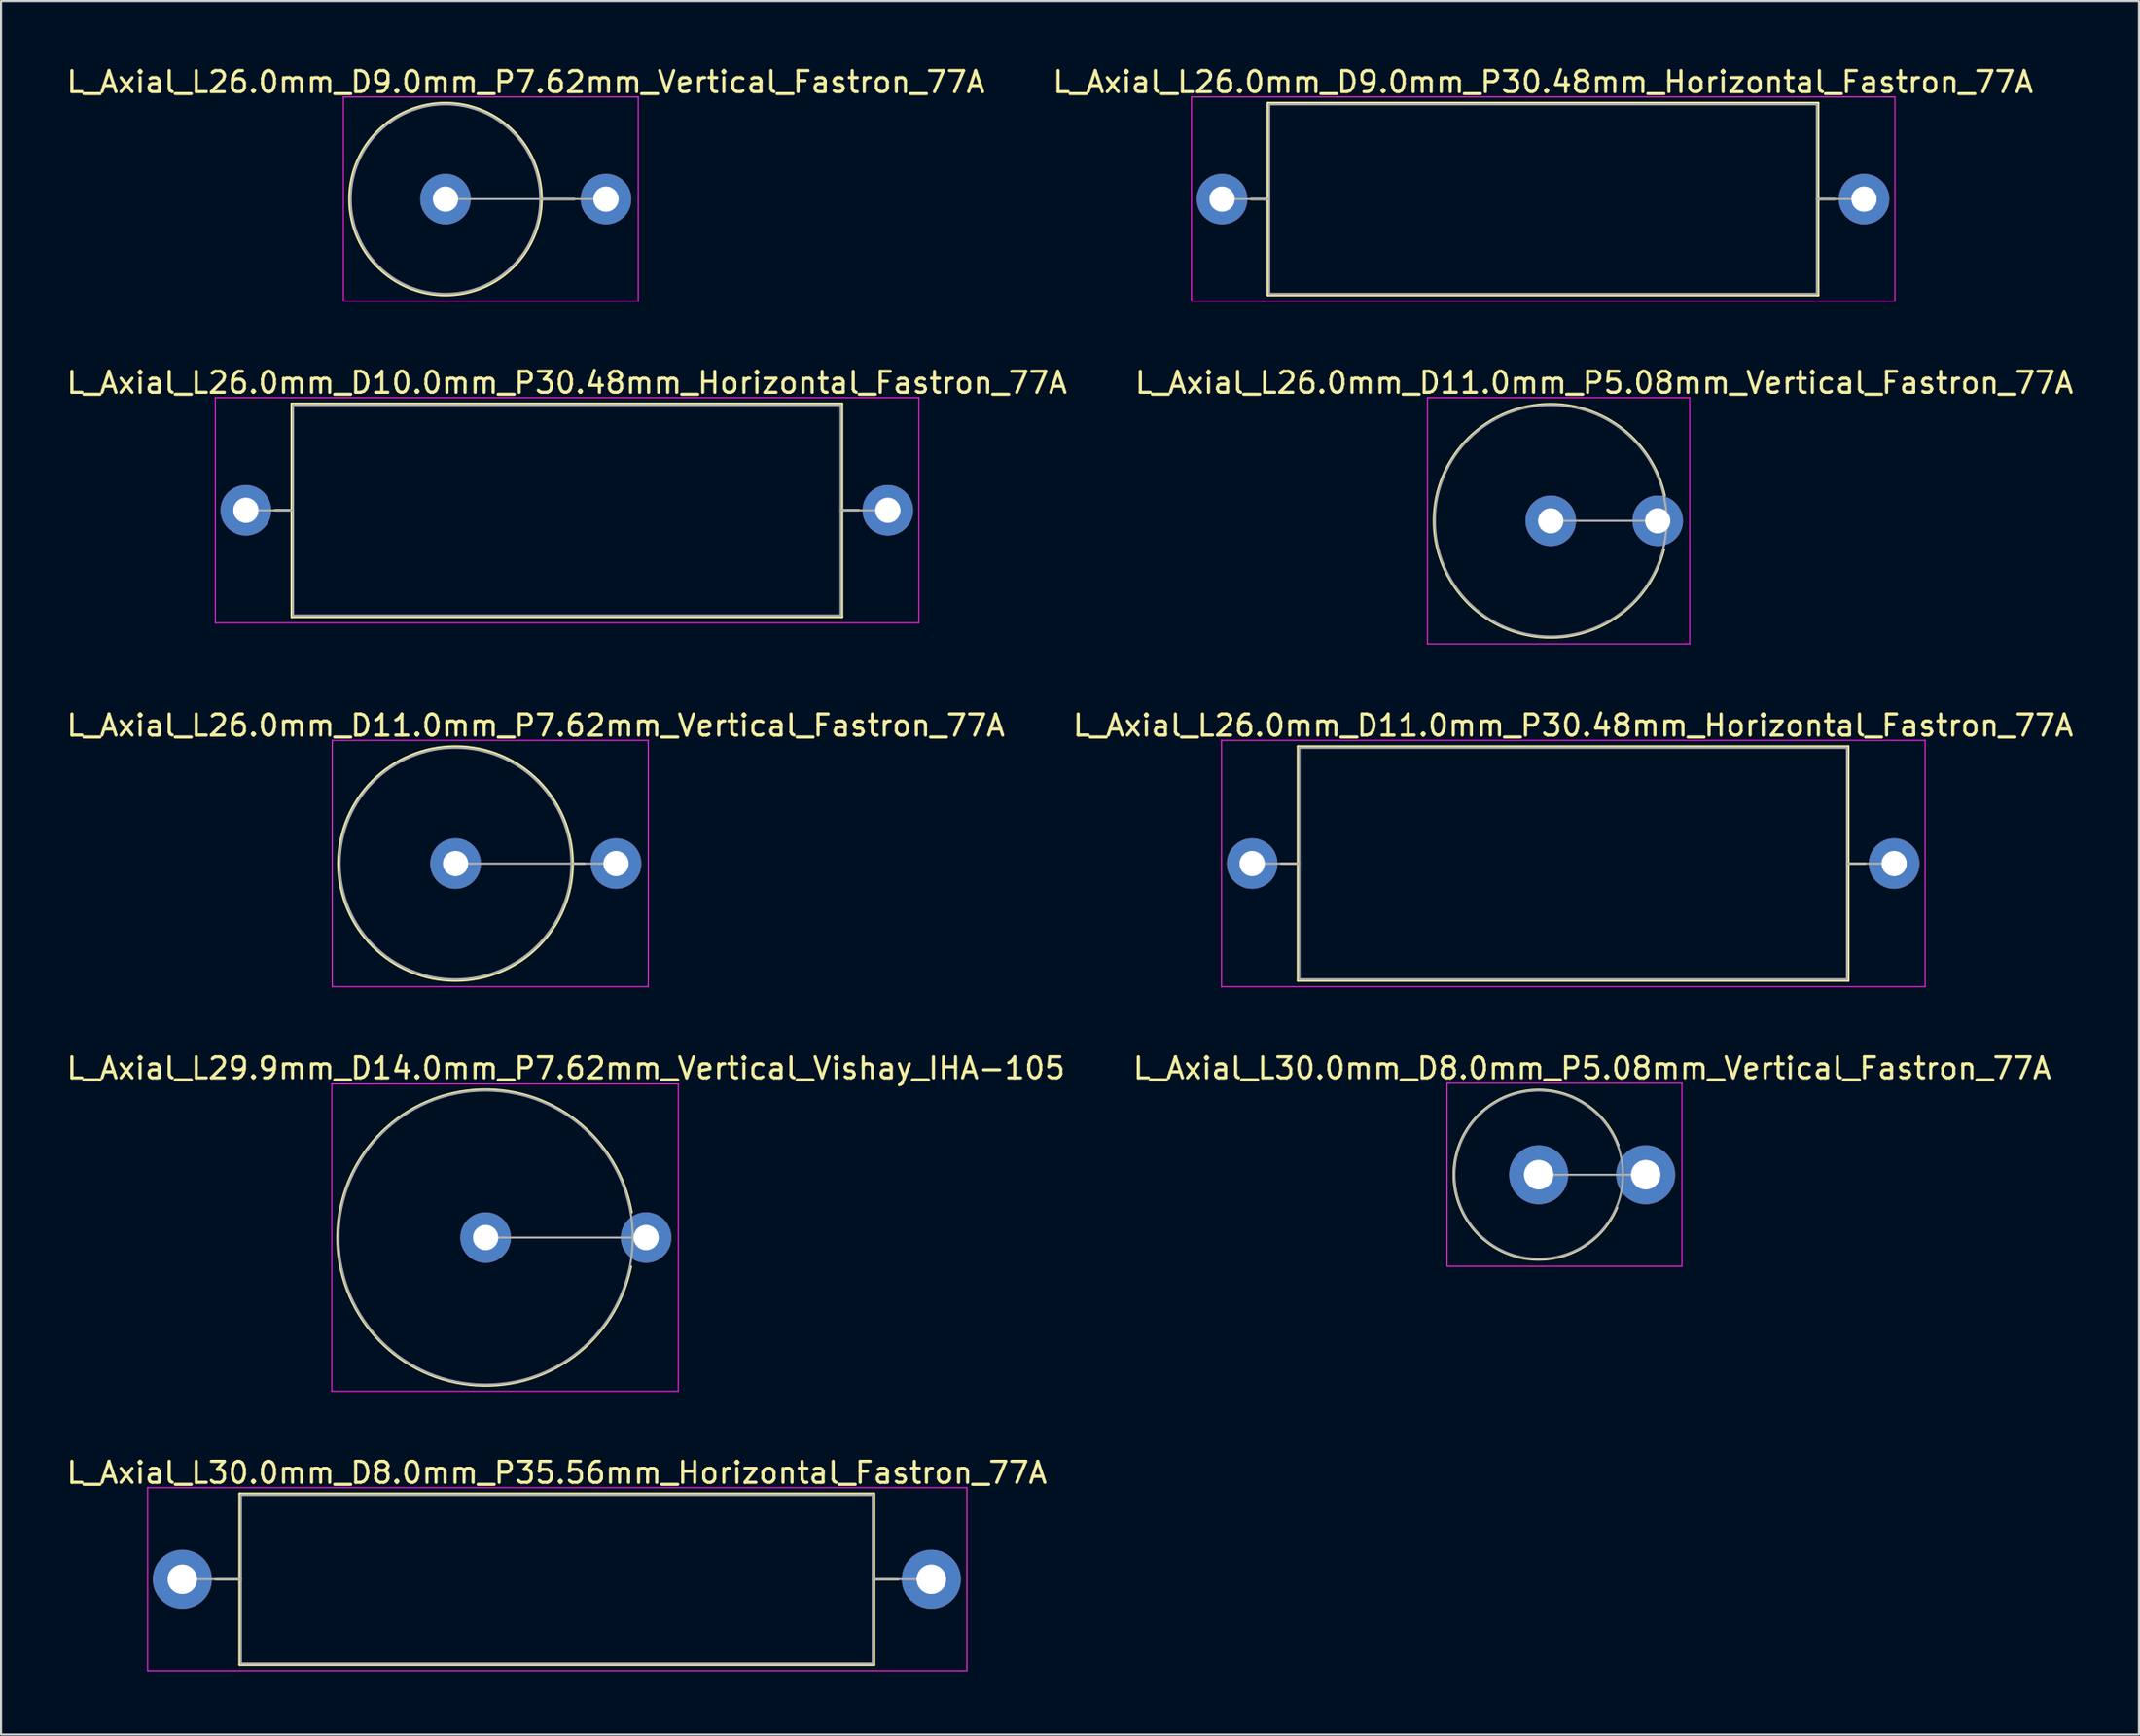
<source format=kicad_pcb>
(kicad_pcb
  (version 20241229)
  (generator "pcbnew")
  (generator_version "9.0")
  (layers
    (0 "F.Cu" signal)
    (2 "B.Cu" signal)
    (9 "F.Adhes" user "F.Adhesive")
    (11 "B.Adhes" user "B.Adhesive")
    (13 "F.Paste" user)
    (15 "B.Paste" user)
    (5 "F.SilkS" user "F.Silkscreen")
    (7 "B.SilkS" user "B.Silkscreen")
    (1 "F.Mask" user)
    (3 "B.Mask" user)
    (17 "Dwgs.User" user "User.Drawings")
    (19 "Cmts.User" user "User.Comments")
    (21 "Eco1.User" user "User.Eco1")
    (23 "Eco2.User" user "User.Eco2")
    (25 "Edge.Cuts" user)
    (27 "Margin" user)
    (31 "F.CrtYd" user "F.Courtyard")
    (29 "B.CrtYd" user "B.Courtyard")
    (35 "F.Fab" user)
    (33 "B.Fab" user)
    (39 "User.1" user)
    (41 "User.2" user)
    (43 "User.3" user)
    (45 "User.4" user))
  (footprint "L_Axial_L26.0mm_D10.0mm_P30.48mm_Horizontal_Fastron_77A"
    (layer "F.Cu")
    (at 8.623 21.192)
    (property "Reference" "L_Axial_L26.0mm_D10.0mm_P30.48mm_Horizontal_Fastron_77A" (at 15.24 -6.06 0) (layer "F.SilkS") (effects (font (size 1 1) (thickness 0.15))))
    (attr through_hole)
    (fp_line (start 1.38 0) (end 2.18 0) (stroke (width 0.12) (type solid)) (layer "F.SilkS"))
    (fp_line (start 2.18 -5.06) (end 2.18 5.06) (stroke (width 0.12) (type solid)) (layer "F.SilkS"))
    (fp_line (start 2.18 5.06) (end 28.3 5.06) (stroke (width 0.12) (type solid)) (layer "F.SilkS"))
    (fp_line (start 28.3 -5.06) (end 2.18 -5.06) (stroke (width 0.12) (type solid)) (layer "F.SilkS"))
    (fp_line (start 28.3 5.06) (end 28.3 -5.06) (stroke (width 0.12) (type solid)) (layer "F.SilkS"))
    (fp_line (start 29.1 0) (end 28.3 0) (stroke (width 0.12) (type solid)) (layer "F.SilkS"))
    (fp_line (start -1.45 -5.35) (end -1.45 5.35) (stroke (width 0.05) (type solid)) (layer "F.CrtYd"))
    (fp_line (start -1.45 5.35) (end 31.95 5.35) (stroke (width 0.05) (type solid)) (layer "F.CrtYd"))
    (fp_line (start 31.95 -5.35) (end -1.45 -5.35) (stroke (width 0.05) (type solid)) (layer "F.CrtYd"))
    (fp_line (start 31.95 5.35) (end 31.95 -5.35) (stroke (width 0.05) (type solid)) (layer "F.CrtYd"))
    (fp_line (start 0 0) (end 2.24 0) (stroke (width 0.1) (type solid)) (layer "F.Fab"))
    (fp_line (start 2.24 -5) (end 2.24 5) (stroke (width 0.1) (type solid)) (layer "F.Fab"))
    (fp_line (start 2.24 5) (end 28.24 5) (stroke (width 0.1) (type solid)) (layer "F.Fab"))
    (fp_line (start 28.24 -5) (end 2.24 -5) (stroke (width 0.1) (type solid)) (layer "F.Fab"))
    (fp_line (start 28.24 5) (end 28.24 -5) (stroke (width 0.1) (type solid)) (layer "F.Fab"))
    (fp_line (start 30.48 0) (end 28.24 0) (stroke (width 0.1) (type solid)) (layer "F.Fab"))
    (pad "1" thru_hole circle (at 0 0) (size 2.4 2.4) (drill 1.2) (layers "*.Cu" "*.Mask"))
    (pad "2" thru_hole oval (at 30.48 0) (size 2.4 2.4) (drill 1.2) (layers "*.Cu" "*.Mask")))
  (footprint "L_Axial_L26.0mm_D11.0mm_P5.08mm_Vertical_Fastron_77A"
    (layer "F.Cu")
    (at 70.573 21.692)
    (property "Reference" "L_Axial_L26.0mm_D11.0mm_P5.08mm_Vertical_Fastron_77A" (at 2.54 -6.56 0) (layer "F.SilkS") (effects (font (size 1 1) (thickness 0.15))))
    (attr through_hole)
    (fp_arc (start 5.368408 1.367369) (mid -5.539143 -0.086027) (end 5.408281 -1.2) (stroke (width 0.12) (type solid)) (layer "F.SilkS"))
    (fp_line (start -5.85 -5.85) (end -5.85 5.85) (stroke (width 0.05) (type solid)) (layer "F.CrtYd"))
    (fp_line (start -5.85 5.85) (end 6.6 5.85) (stroke (width 0.05) (type solid)) (layer "F.CrtYd"))
    (fp_line (start 6.6 -5.85) (end -5.85 -5.85) (stroke (width 0.05) (type solid)) (layer "F.CrtYd"))
    (fp_line (start 6.6 5.85) (end 6.6 -5.85) (stroke (width 0.05) (type solid)) (layer "F.CrtYd"))
    (fp_line (start 0 0) (end 5.08 0) (stroke (width 0.1) (type solid)) (layer "F.Fab"))
    (fp_circle (center 0 0) (end 5.5 0) (stroke (width 0.1) (type solid)) (fill no) (layer "F.Fab"))
    (pad "1" thru_hole circle (at 0 0) (size 2.4 2.4) (drill 1.2) (layers "*.Cu" "*.Mask"))
    (pad "2" thru_hole oval (at 5.08 0) (size 2.4 2.4) (drill 1.2) (layers "*.Cu" "*.Mask")))
  (footprint "L_Axial_L26.0mm_D11.0mm_P7.62mm_Vertical_Fastron_77A"
    (layer "F.Cu")
    (at 18.577 37.975)
    (property "Reference" "L_Axial_L26.0mm_D11.0mm_P7.62mm_Vertical_Fastron_77A" (at 3.81 -6.56 0) (layer "F.SilkS") (effects (font (size 1 1) (thickness 0.15))))
    (attr through_hole)
    (fp_line (start 5.56 0) (end 6.12 0) (stroke (width 0.12) (type solid)) (layer "F.SilkS"))
    (fp_circle (center 0 0) (end 5.56 0) (stroke (width 0.12) (type solid)) (fill no) (layer "F.SilkS"))
    (fp_line (start -5.85 -5.85) (end -5.85 5.85) (stroke (width 0.05) (type solid)) (layer "F.CrtYd"))
    (fp_line (start -5.85 5.85) (end 9.15 5.85) (stroke (width 0.05) (type solid)) (layer "F.CrtYd"))
    (fp_line (start 9.15 -5.85) (end -5.85 -5.85) (stroke (width 0.05) (type solid)) (layer "F.CrtYd"))
    (fp_line (start 9.15 5.85) (end 9.15 -5.85) (stroke (width 0.05) (type solid)) (layer "F.CrtYd"))
    (fp_line (start 0 0) (end 7.62 0) (stroke (width 0.1) (type solid)) (layer "F.Fab"))
    (fp_circle (center 0 0) (end 5.5 0) (stroke (width 0.1) (type solid)) (fill no) (layer "F.Fab"))
    (pad "1" thru_hole circle (at 0 0) (size 2.4 2.4) (drill 1.2) (layers "*.Cu" "*.Mask"))
    (pad "2" thru_hole oval (at 7.62 0) (size 2.4 2.4) (drill 1.2) (layers "*.Cu" "*.Mask")))
  (footprint "L_Axial_L30.0mm_D8.0mm_P35.56mm_Horizontal_Fastron_77A"
    (layer "F.Cu")
    (at 5.607 71.976)
    (property "Reference" "L_Axial_L30.0mm_D8.0mm_P35.56mm_Horizontal_Fastron_77A" (at 17.78 -5.06 0) (layer "F.SilkS") (effects (font (size 1 1) (thickness 0.15))))
    (attr through_hole)
    (fp_line (start 1.58 0) (end 2.72 0) (stroke (width 0.12) (type solid)) (layer "F.SilkS"))
    (fp_line (start 2.72 -4.06) (end 2.72 4.06) (stroke (width 0.12) (type solid)) (layer "F.SilkS"))
    (fp_line (start 2.72 4.06) (end 32.84 4.06) (stroke (width 0.12) (type solid)) (layer "F.SilkS"))
    (fp_line (start 32.84 -4.06) (end 2.72 -4.06) (stroke (width 0.12) (type solid)) (layer "F.SilkS"))
    (fp_line (start 32.84 4.06) (end 32.84 -4.06) (stroke (width 0.12) (type solid)) (layer "F.SilkS"))
    (fp_line (start 33.98 0) (end 32.84 0) (stroke (width 0.12) (type solid)) (layer "F.SilkS"))
    (fp_line (start -1.65 -4.35) (end -1.65 4.35) (stroke (width 0.05) (type solid)) (layer "F.CrtYd"))
    (fp_line (start -1.65 4.35) (end 37.25 4.35) (stroke (width 0.05) (type solid)) (layer "F.CrtYd"))
    (fp_line (start 37.25 -4.35) (end -1.65 -4.35) (stroke (width 0.05) (type solid)) (layer "F.CrtYd"))
    (fp_line (start 37.25 4.35) (end 37.25 -4.35) (stroke (width 0.05) (type solid)) (layer "F.CrtYd"))
    (fp_line (start 0 0) (end 2.78 0) (stroke (width 0.1) (type solid)) (layer "F.Fab"))
    (fp_line (start 2.78 -4) (end 2.78 4) (stroke (width 0.1) (type solid)) (layer "F.Fab"))
    (fp_line (start 2.78 4) (end 32.78 4) (stroke (width 0.1) (type solid)) (layer "F.Fab"))
    (fp_line (start 32.78 -4) (end 2.78 -4) (stroke (width 0.1) (type solid)) (layer "F.Fab"))
    (fp_line (start 32.78 4) (end 32.78 -4) (stroke (width 0.1) (type solid)) (layer "F.Fab"))
    (fp_line (start 35.56 0) (end 32.78 0) (stroke (width 0.1) (type solid)) (layer "F.Fab"))
    (pad "1" thru_hole circle (at 0 0) (size 2.8 2.8) (drill 1.4) (layers "*.Cu" "*.Mask"))
    (pad "2" thru_hole oval (at 35.56 0) (size 2.8 2.8) (drill 1.4) (layers "*.Cu" "*.Mask")))
  (footprint "L_Axial_L30.0mm_D8.0mm_P5.08mm_Vertical_Fastron_77A"
    (layer "F.Cu")
    (at 70.002 52.758)
    (property "Reference" "L_Axial_L30.0mm_D8.0mm_P5.08mm_Vertical_Fastron_77A" (at 2.54 -5.06 0) (layer "F.SilkS") (effects (font (size 1 1) (thickness 0.15))))
    (attr through_hole)
    (fp_arc (start 3.714191 1.558296) (mid -4.026942 -0.085096) (end 3.776705 -1.4) (stroke (width 0.12) (type solid)) (layer "F.SilkS"))
    (fp_line (start -4.35 -4.35) (end -4.35 4.35) (stroke (width 0.05) (type solid)) (layer "F.CrtYd"))
    (fp_line (start -4.35 4.35) (end 6.8 4.35) (stroke (width 0.05) (type solid)) (layer "F.CrtYd"))
    (fp_line (start 6.8 -4.35) (end -4.35 -4.35) (stroke (width 0.05) (type solid)) (layer "F.CrtYd"))
    (fp_line (start 6.8 4.35) (end 6.8 -4.35) (stroke (width 0.05) (type solid)) (layer "F.CrtYd"))
    (fp_line (start 0 0) (end 5.08 0) (stroke (width 0.1) (type solid)) (layer "F.Fab"))
    (fp_circle (center 0 0) (end 4 0) (stroke (width 0.1) (type solid)) (fill no) (layer "F.Fab"))
    (pad "1" thru_hole circle (at 0 0) (size 2.8 2.8) (drill 1.4) (layers "*.Cu" "*.Mask"))
    (pad "2" thru_hole oval (at 5.08 0) (size 2.8 2.8) (drill 1.4) (layers "*.Cu" "*.Mask")))
  (footprint "L_Axial_L26.0mm_D11.0mm_P30.48mm_Horizontal_Fastron_77A"
    (layer "F.Cu")
    (at 56.397 37.975)
    (property "Reference" "L_Axial_L26.0mm_D11.0mm_P30.48mm_Horizontal_Fastron_77A" (at 15.24 -6.56 0) (layer "F.SilkS") (effects (font (size 1 1) (thickness 0.15))))
    (attr through_hole)
    (fp_line (start 1.38 0) (end 2.18 0) (stroke (width 0.12) (type solid)) (layer "F.SilkS"))
    (fp_line (start 2.18 -5.56) (end 2.18 5.56) (stroke (width 0.12) (type solid)) (layer "F.SilkS"))
    (fp_line (start 2.18 5.56) (end 28.3 5.56) (stroke (width 0.12) (type solid)) (layer "F.SilkS"))
    (fp_line (start 28.3 -5.56) (end 2.18 -5.56) (stroke (width 0.12) (type solid)) (layer "F.SilkS"))
    (fp_line (start 28.3 5.56) (end 28.3 -5.56) (stroke (width 0.12) (type solid)) (layer "F.SilkS"))
    (fp_line (start 29.1 0) (end 28.3 0) (stroke (width 0.12) (type solid)) (layer "F.SilkS"))
    (fp_line (start -1.45 -5.85) (end -1.45 5.85) (stroke (width 0.05) (type solid)) (layer "F.CrtYd"))
    (fp_line (start -1.45 5.85) (end 31.95 5.85) (stroke (width 0.05) (type solid)) (layer "F.CrtYd"))
    (fp_line (start 31.95 -5.85) (end -1.45 -5.85) (stroke (width 0.05) (type solid)) (layer "F.CrtYd"))
    (fp_line (start 31.95 5.85) (end 31.95 -5.85) (stroke (width 0.05) (type solid)) (layer "F.CrtYd"))
    (fp_line (start 0 0) (end 2.24 0) (stroke (width 0.1) (type solid)) (layer "F.Fab"))
    (fp_line (start 2.24 -5.5) (end 2.24 5.5) (stroke (width 0.1) (type solid)) (layer "F.Fab"))
    (fp_line (start 2.24 5.5) (end 28.24 5.5) (stroke (width 0.1) (type solid)) (layer "F.Fab"))
    (fp_line (start 28.24 -5.5) (end 2.24 -5.5) (stroke (width 0.1) (type solid)) (layer "F.Fab"))
    (fp_line (start 28.24 5.5) (end 28.24 -5.5) (stroke (width 0.1) (type solid)) (layer "F.Fab"))
    (fp_line (start 30.48 0) (end 28.24 0) (stroke (width 0.1) (type solid)) (layer "F.Fab"))
    (pad "1" thru_hole circle (at 0 0) (size 2.4 2.4) (drill 1.2) (layers "*.Cu" "*.Mask"))
    (pad "2" thru_hole oval (at 30.48 0) (size 2.4 2.4) (drill 1.2) (layers "*.Cu" "*.Mask")))
  (footprint "L_Axial_L26.0mm_D9.0mm_P7.62mm_Vertical_Fastron_77A"
    (layer "F.Cu")
    (at 18.101 6.408)
    (property "Reference" "L_Axial_L26.0mm_D9.0mm_P7.62mm_Vertical_Fastron_77A" (at 3.81 -5.56 0) (layer "F.SilkS") (effects (font (size 1 1) (thickness 0.15))))
    (attr through_hole)
    (fp_line (start 4.56 0) (end 6.12 0) (stroke (width 0.12) (type solid)) (layer "F.SilkS"))
    (fp_circle (center 0 0) (end 4.56 0) (stroke (width 0.12) (type solid)) (fill no) (layer "F.SilkS"))
    (fp_line (start -4.85 -4.85) (end -4.85 4.85) (stroke (width 0.05) (type solid)) (layer "F.CrtYd"))
    (fp_line (start -4.85 4.85) (end 9.15 4.85) (stroke (width 0.05) (type solid)) (layer "F.CrtYd"))
    (fp_line (start 9.15 -4.85) (end -4.85 -4.85) (stroke (width 0.05) (type solid)) (layer "F.CrtYd"))
    (fp_line (start 9.15 4.85) (end 9.15 -4.85) (stroke (width 0.05) (type solid)) (layer "F.CrtYd"))
    (fp_line (start 0 0) (end 7.62 0) (stroke (width 0.1) (type solid)) (layer "F.Fab"))
    (fp_circle (center 0 0) (end 4.5 0) (stroke (width 0.1) (type solid)) (fill no) (layer "F.Fab"))
    (pad "1" thru_hole circle (at 0 0) (size 2.4 2.4) (drill 1.2) (layers "*.Cu" "*.Mask"))
    (pad "2" thru_hole oval (at 7.62 0) (size 2.4 2.4) (drill 1.2) (layers "*.Cu" "*.Mask")))
  (footprint "L_Axial_L29.9mm_D14.0mm_P7.62mm_Vertical_Vishay_IHA-105"
    (layer "F.Cu")
    (at 20.005 55.743)
    (property "Reference" "L_Axial_L29.9mm_D14.0mm_P7.62mm_Vertical_Vishay_IHA-105" (at 3.81 -8.045 0) (layer "F.SilkS") (effects (font (size 1 1) (thickness 0.15))))
    (attr through_hole)
    (fp_arc (start 6.893528 1.373753) (mid -7.028522 -0.08837) (end 6.925888 -1.2) (stroke (width 0.12) (type solid)) (layer "F.SilkS"))
    (fp_line (start -7.3 -7.3) (end -7.3 7.3) (stroke (width 0.05) (type solid)) (layer "F.CrtYd"))
    (fp_line (start -7.3 7.3) (end 9.15 7.3) (stroke (width 0.05) (type solid)) (layer "F.CrtYd"))
    (fp_line (start 9.15 -7.3) (end -7.3 -7.3) (stroke (width 0.05) (type solid)) (layer "F.CrtYd"))
    (fp_line (start 9.15 7.3) (end 9.15 -7.3) (stroke (width 0.05) (type solid)) (layer "F.CrtYd"))
    (fp_line (start 0 0) (end 7.62 0) (stroke (width 0.1) (type solid)) (layer "F.Fab"))
    (fp_circle (center 0 0) (end 6.985 0) (stroke (width 0.1) (type solid)) (fill no) (layer "F.Fab"))
    (pad "1" thru_hole circle (at 0 0) (size 2.4 2.4) (drill 1.2) (layers "*.Cu" "*.Mask"))
    (pad "2" thru_hole oval (at 7.62 0) (size 2.4 2.4) (drill 1.2) (layers "*.Cu" "*.Mask")))
  (footprint "L_Axial_L26.0mm_D9.0mm_P30.48mm_Horizontal_Fastron_77A"
    (layer "F.Cu")
    (at 54.968 6.408)
    (property "Reference" "L_Axial_L26.0mm_D9.0mm_P30.48mm_Horizontal_Fastron_77A" (at 15.24 -5.56 0) (layer "F.SilkS") (effects (font (size 1 1) (thickness 0.15))))
    (attr through_hole)
    (fp_line (start 1.38 0) (end 2.18 0) (stroke (width 0.12) (type solid)) (layer "F.SilkS"))
    (fp_line (start 2.18 -4.56) (end 2.18 4.56) (stroke (width 0.12) (type solid)) (layer "F.SilkS"))
    (fp_line (start 2.18 4.56) (end 28.3 4.56) (stroke (width 0.12) (type solid)) (layer "F.SilkS"))
    (fp_line (start 28.3 -4.56) (end 2.18 -4.56) (stroke (width 0.12) (type solid)) (layer "F.SilkS"))
    (fp_line (start 28.3 4.56) (end 28.3 -4.56) (stroke (width 0.12) (type solid)) (layer "F.SilkS"))
    (fp_line (start 29.1 0) (end 28.3 0) (stroke (width 0.12) (type solid)) (layer "F.SilkS"))
    (fp_line (start -1.45 -4.85) (end -1.45 4.85) (stroke (width 0.05) (type solid)) (layer "F.CrtYd"))
    (fp_line (start -1.45 4.85) (end 31.95 4.85) (stroke (width 0.05) (type solid)) (layer "F.CrtYd"))
    (fp_line (start 31.95 -4.85) (end -1.45 -4.85) (stroke (width 0.05) (type solid)) (layer "F.CrtYd"))
    (fp_line (start 31.95 4.85) (end 31.95 -4.85) (stroke (width 0.05) (type solid)) (layer "F.CrtYd"))
    (fp_line (start 0 0) (end 2.24 0) (stroke (width 0.1) (type solid)) (layer "F.Fab"))
    (fp_line (start 2.24 -4.5) (end 2.24 4.5) (stroke (width 0.1) (type solid)) (layer "F.Fab"))
    (fp_line (start 2.24 4.5) (end 28.24 4.5) (stroke (width 0.1) (type solid)) (layer "F.Fab"))
    (fp_line (start 28.24 -4.5) (end 2.24 -4.5) (stroke (width 0.1) (type solid)) (layer "F.Fab"))
    (fp_line (start 28.24 4.5) (end 28.24 -4.5) (stroke (width 0.1) (type solid)) (layer "F.Fab"))
    (fp_line (start 30.48 0) (end 28.24 0) (stroke (width 0.1) (type solid)) (layer "F.Fab"))
    (pad "1" thru_hole circle (at 0 0) (size 2.4 2.4) (drill 1.2) (layers "*.Cu" "*.Mask"))
    (pad "2" thru_hole oval (at 30.48 0) (size 2.4 2.4) (drill 1.2) (layers "*.Cu" "*.Mask")))
  (gr_rect
    (start -3 -3)
    (end 98.5 79.351)
    (stroke (width 0.1) (type default))
    (fill no)
    (layer "Edge.Cuts")))
</source>
